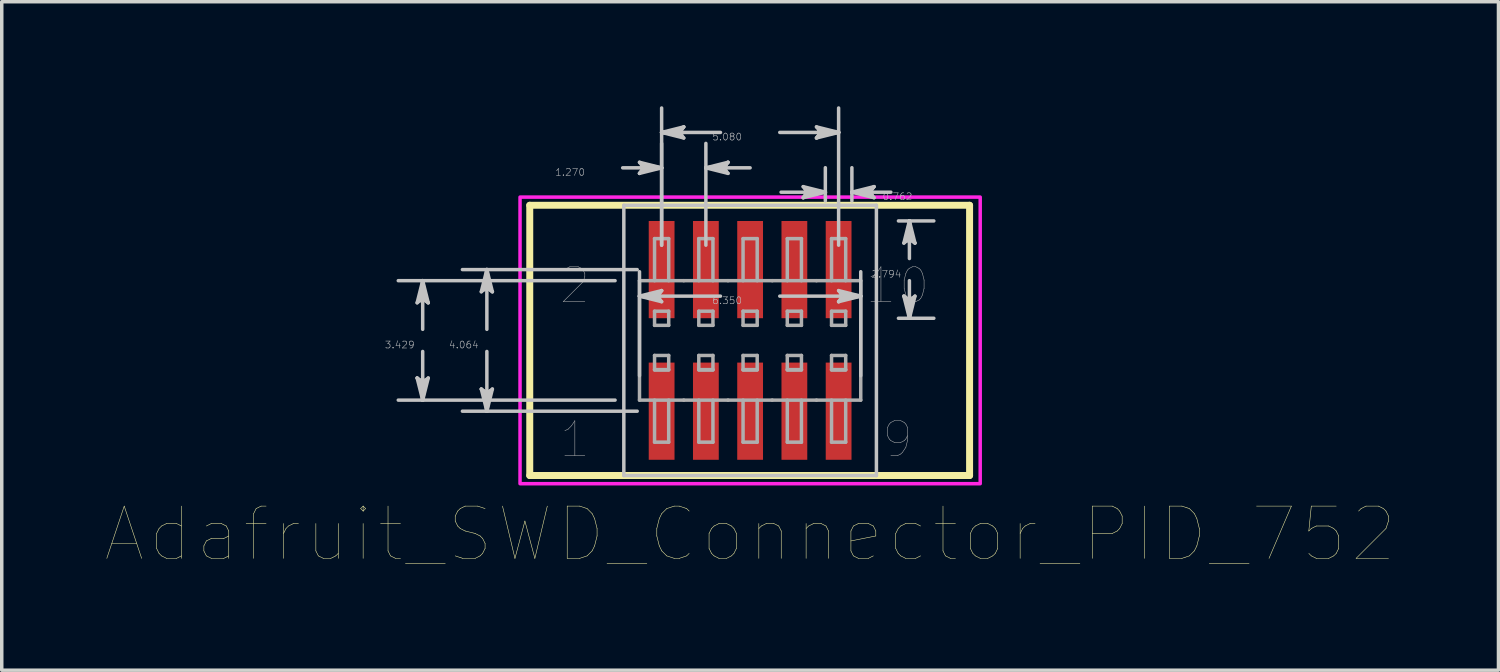
<source format=kicad_pcb>
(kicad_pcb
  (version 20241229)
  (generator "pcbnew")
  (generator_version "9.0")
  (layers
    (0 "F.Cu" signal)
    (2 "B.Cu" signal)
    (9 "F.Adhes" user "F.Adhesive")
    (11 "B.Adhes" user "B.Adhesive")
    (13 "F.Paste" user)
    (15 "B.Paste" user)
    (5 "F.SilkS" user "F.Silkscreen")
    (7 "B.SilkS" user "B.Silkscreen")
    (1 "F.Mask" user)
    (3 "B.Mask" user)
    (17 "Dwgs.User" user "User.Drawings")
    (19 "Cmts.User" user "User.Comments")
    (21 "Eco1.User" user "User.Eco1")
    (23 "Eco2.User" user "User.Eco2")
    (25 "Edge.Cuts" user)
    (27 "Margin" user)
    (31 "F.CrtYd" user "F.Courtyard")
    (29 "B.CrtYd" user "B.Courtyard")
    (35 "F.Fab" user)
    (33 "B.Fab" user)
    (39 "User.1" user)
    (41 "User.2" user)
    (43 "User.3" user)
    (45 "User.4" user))
  (footprint "Adafruit_SWD_Connector_PID_752"
    (layer "F.Cu")
    (at 18.48 6.72)
    (property "Reference" "Adafruit_SWD_Connector_PID_752" (at 0 5.563 0) (layer "F.SilkS") (effects (font (size 1.5 1.5) (thickness 0.015))))
    (attr through_hole)
    (fp_poly (pts (xy -2.961 -3.478) (xy -2.119 -3.478) (xy -2.119 -0.586) (xy -2.961 -0.586)) (stroke (width 0.01) (type solid)) (fill yes) (layer "F.Mask"))
    (fp_poly (pts (xy -2.961 0.586) (xy -2.119 0.586) (xy -2.119 3.478) (xy -2.961 3.478)) (stroke (width 0.01) (type solid)) (fill yes) (layer "F.Mask"))
    (fp_poly (pts (xy -1.691 -3.478) (xy -0.849 -3.478) (xy -0.849 -0.586) (xy -1.691 -0.586)) (stroke (width 0.01) (type solid)) (fill yes) (layer "F.Mask"))
    (fp_poly (pts (xy -1.691 0.586) (xy -0.849 0.586) (xy -0.849 3.478) (xy -1.691 3.478)) (stroke (width 0.01) (type solid)) (fill yes) (layer "F.Mask"))
    (fp_poly (pts (xy -0.421 -3.478) (xy 0.421 -3.478) (xy 0.421 -0.586) (xy -0.421 -0.586)) (stroke (width 0.01) (type solid)) (fill yes) (layer "F.Mask"))
    (fp_poly (pts (xy -0.421 0.586) (xy 0.421 0.586) (xy 0.421 3.478) (xy -0.421 3.478)) (stroke (width 0.01) (type solid)) (fill yes) (layer "F.Mask"))
    (fp_poly (pts (xy 0.849 -3.478) (xy 1.691 -3.478) (xy 1.691 -0.586) (xy 0.849 -0.586)) (stroke (width 0.01) (type solid)) (fill yes) (layer "F.Mask"))
    (fp_poly (pts (xy 0.849 0.586) (xy 1.691 0.586) (xy 1.691 3.478) (xy 0.849 3.478)) (stroke (width 0.01) (type solid)) (fill yes) (layer "F.Mask"))
    (fp_poly (pts (xy 2.119 -3.478) (xy 2.961 -3.478) (xy 2.961 -0.586) (xy 2.119 -0.586)) (stroke (width 0.01) (type solid)) (fill yes) (layer "F.Mask"))
    (fp_poly (pts (xy 2.119 0.586) (xy 2.961 0.586) (xy 2.961 3.478) (xy 2.119 3.478)) (stroke (width 0.01) (type solid)) (fill yes) (layer "F.Mask"))
    (fp_line (start -6.325 -3.878) (end -6.325 3.878) (stroke (width 0.2) (type solid)) (layer "F.SilkS"))
    (fp_line (start -6.325 3.878) (end 6.299 3.878) (stroke (width 0.2) (type solid)) (layer "F.SilkS"))
    (fp_line (start 6.299 -3.878) (end -6.325 -3.878) (stroke (width 0.2) (type solid)) (layer "F.SilkS"))
    (fp_line (start 6.299 3.878) (end 6.299 -3.878) (stroke (width 0.2) (type solid)) (layer "F.SilkS"))
    (fp_poly (pts (xy -2.91 -3.427) (xy -2.17 -3.427) (xy -2.17 -0.637) (xy -2.91 -0.637)) (stroke (width 0.01) (type solid)) (fill yes) (layer "F.Paste"))
    (fp_poly (pts (xy -2.91 0.637) (xy -2.17 0.637) (xy -2.17 3.427) (xy -2.91 3.427)) (stroke (width 0.01) (type solid)) (fill yes) (layer "F.Paste"))
    (fp_poly (pts (xy -1.64 -3.427) (xy -0.9 -3.427) (xy -0.9 -0.637) (xy -1.64 -0.637)) (stroke (width 0.01) (type solid)) (fill yes) (layer "F.Paste"))
    (fp_poly (pts (xy -1.64 0.637) (xy -0.9 0.637) (xy -0.9 3.427) (xy -1.64 3.427)) (stroke (width 0.01) (type solid)) (fill yes) (layer "F.Paste"))
    (fp_poly (pts (xy -0.37 -3.427) (xy 0.37 -3.427) (xy 0.37 -0.637) (xy -0.37 -0.637)) (stroke (width 0.01) (type solid)) (fill yes) (layer "F.Paste"))
    (fp_poly (pts (xy -0.37 0.637) (xy 0.37 0.637) (xy 0.37 3.427) (xy -0.37 3.427)) (stroke (width 0.01) (type solid)) (fill yes) (layer "F.Paste"))
    (fp_poly (pts (xy 0.9 -3.427) (xy 1.64 -3.427) (xy 1.64 -0.637) (xy 0.9 -0.637)) (stroke (width 0.01) (type solid)) (fill yes) (layer "F.Paste"))
    (fp_poly (pts (xy 0.9 0.637) (xy 1.64 0.637) (xy 1.64 3.427) (xy 0.9 3.427)) (stroke (width 0.01) (type solid)) (fill yes) (layer "F.Paste"))
    (fp_poly (pts (xy 2.17 -3.427) (xy 2.91 -3.427) (xy 2.91 -0.637) (xy 2.17 -0.637)) (stroke (width 0.01) (type solid)) (fill yes) (layer "F.Paste"))
    (fp_poly (pts (xy 2.17 0.637) (xy 2.91 0.637) (xy 2.91 3.427) (xy 2.17 3.427)) (stroke (width 0.01) (type solid)) (fill yes) (layer "F.Paste"))
    (fp_line (start -9.557 -1.08) (end -9.398 -1.206) (stroke (width 0.1) (type solid)) (layer "Dwgs.User"))
    (fp_line (start -9.557 1.08) (end -9.398 1.714) (stroke (width 0.1) (type solid)) (layer "Dwgs.User"))
    (fp_line (start -9.477 -1.143) (end -9.398 -1.206) (stroke (width 0.1) (type solid)) (layer "Dwgs.User"))
    (fp_line (start -9.477 1.143) (end -9.557 1.08) (stroke (width 0.1) (type solid)) (layer "Dwgs.User"))
    (fp_line (start -9.398 -1.714) (end -9.557 -1.08) (stroke (width 0.1) (type solid)) (layer "Dwgs.User"))
    (fp_line (start -9.398 -1.714) (end -9.477 -1.143) (stroke (width 0.1) (type solid)) (layer "Dwgs.User"))
    (fp_line (start -9.398 -1.714) (end -9.319 -1.143) (stroke (width 0.1) (type solid)) (layer "Dwgs.User"))
    (fp_line (start -9.398 -1.206) (end -9.398 -1.714) (stroke (width 0.1) (type solid)) (layer "Dwgs.User"))
    (fp_line (start -9.398 -1.206) (end -9.239 -1.08) (stroke (width 0.1) (type solid)) (layer "Dwgs.User"))
    (fp_line (start -9.398 -0.318) (end -9.398 -1.714) (stroke (width 0.1) (type solid)) (layer "Dwgs.User"))
    (fp_line (start -9.398 0.318) (end -9.398 1.714) (stroke (width 0.1) (type solid)) (layer "Dwgs.User"))
    (fp_line (start -9.398 1.206) (end -9.557 1.08) (stroke (width 0.1) (type solid)) (layer "Dwgs.User"))
    (fp_line (start -9.398 1.206) (end -9.398 1.714) (stroke (width 0.1) (type solid)) (layer "Dwgs.User"))
    (fp_line (start -9.398 1.714) (end -9.477 1.143) (stroke (width 0.1) (type solid)) (layer "Dwgs.User"))
    (fp_line (start -9.398 1.714) (end -9.319 1.143) (stroke (width 0.1) (type solid)) (layer "Dwgs.User"))
    (fp_line (start -9.398 1.714) (end -9.239 1.08) (stroke (width 0.1) (type solid)) (layer "Dwgs.User"))
    (fp_line (start -9.319 -1.143) (end -9.239 -1.08) (stroke (width 0.1) (type solid)) (layer "Dwgs.User"))
    (fp_line (start -9.319 1.143) (end -9.398 1.206) (stroke (width 0.1) (type solid)) (layer "Dwgs.User"))
    (fp_line (start -9.239 -1.08) (end -9.398 -1.714) (stroke (width 0.1) (type solid)) (layer "Dwgs.User"))
    (fp_line (start -9.239 1.08) (end -9.398 1.206) (stroke (width 0.1) (type solid)) (layer "Dwgs.User"))
    (fp_line (start -7.715 -1.397) (end -7.556 -1.524) (stroke (width 0.1) (type solid)) (layer "Dwgs.User"))
    (fp_line (start -7.715 1.397) (end -7.556 2.032) (stroke (width 0.1) (type solid)) (layer "Dwgs.User"))
    (fp_line (start -7.636 -1.46) (end -7.556 -1.524) (stroke (width 0.1) (type solid)) (layer "Dwgs.User"))
    (fp_line (start -7.636 1.46) (end -7.715 1.397) (stroke (width 0.1) (type solid)) (layer "Dwgs.User"))
    (fp_line (start -7.556 -2.032) (end -7.715 -1.397) (stroke (width 0.1) (type solid)) (layer "Dwgs.User"))
    (fp_line (start -7.556 -2.032) (end -7.636 -1.46) (stroke (width 0.1) (type solid)) (layer "Dwgs.User"))
    (fp_line (start -7.556 -2.032) (end -7.477 -1.46) (stroke (width 0.1) (type solid)) (layer "Dwgs.User"))
    (fp_line (start -7.556 -1.524) (end -7.556 -2.032) (stroke (width 0.1) (type solid)) (layer "Dwgs.User"))
    (fp_line (start -7.556 -1.524) (end -7.398 -1.397) (stroke (width 0.1) (type solid)) (layer "Dwgs.User"))
    (fp_line (start -7.556 -0.318) (end -7.556 -2.032) (stroke (width 0.1) (type solid)) (layer "Dwgs.User"))
    (fp_line (start -7.556 0.318) (end -7.556 2.032) (stroke (width 0.1) (type solid)) (layer "Dwgs.User"))
    (fp_line (start -7.556 1.524) (end -7.715 1.397) (stroke (width 0.1) (type solid)) (layer "Dwgs.User"))
    (fp_line (start -7.556 1.524) (end -7.556 2.032) (stroke (width 0.1) (type solid)) (layer "Dwgs.User"))
    (fp_line (start -7.556 2.032) (end -7.636 1.46) (stroke (width 0.1) (type solid)) (layer "Dwgs.User"))
    (fp_line (start -7.556 2.032) (end -7.477 1.46) (stroke (width 0.1) (type solid)) (layer "Dwgs.User"))
    (fp_line (start -7.556 2.032) (end -7.398 1.397) (stroke (width 0.1) (type solid)) (layer "Dwgs.User"))
    (fp_line (start -7.477 -1.46) (end -7.398 -1.397) (stroke (width 0.1) (type solid)) (layer "Dwgs.User"))
    (fp_line (start -7.477 1.46) (end -7.556 1.524) (stroke (width 0.1) (type solid)) (layer "Dwgs.User"))
    (fp_line (start -7.398 -1.397) (end -7.556 -2.032) (stroke (width 0.1) (type solid)) (layer "Dwgs.User"))
    (fp_line (start -7.398 1.397) (end -7.556 1.524) (stroke (width 0.1) (type solid)) (layer "Dwgs.User"))
    (fp_line (start -3.876 -1.714) (end -10.099 -1.714) (stroke (width 0.1) (type solid)) (layer "Dwgs.User"))
    (fp_line (start -3.876 1.714) (end -10.099 1.714) (stroke (width 0.1) (type solid)) (layer "Dwgs.User"))
    (fp_line (start -3.658 -4.953) (end -2.54 -4.953) (stroke (width 0.1) (type solid)) (layer "Dwgs.User"))
    (fp_line (start -3.625 -3.878) (end -3.625 3.878) (stroke (width 0.1) (type solid)) (layer "Dwgs.User"))
    (fp_line (start -3.625 3.878) (end 3.625 3.878) (stroke (width 0.1) (type solid)) (layer "Dwgs.User"))
    (fp_line (start -3.241 -2.032) (end -8.258 -2.032) (stroke (width 0.1) (type solid)) (layer "Dwgs.User"))
    (fp_line (start -3.241 2.032) (end -8.258 2.032) (stroke (width 0.1) (type solid)) (layer "Dwgs.User"))
    (fp_line (start -3.175 -5.112) (end -3.048 -4.953) (stroke (width 0.1) (type solid)) (layer "Dwgs.User"))
    (fp_line (start -3.175 -4.794) (end -2.54 -4.953) (stroke (width 0.1) (type solid)) (layer "Dwgs.User"))
    (fp_line (start -3.175 -1.27) (end -2.604 -1.349) (stroke (width 0.1) (type solid)) (layer "Dwgs.User"))
    (fp_line (start -3.175 -1.27) (end -2.604 -1.191) (stroke (width 0.1) (type solid)) (layer "Dwgs.User"))
    (fp_line (start -3.175 -1.27) (end -2.54 -1.111) (stroke (width 0.1) (type solid)) (layer "Dwgs.User"))
    (fp_line (start -3.175 1.013) (end -3.175 -1.971) (stroke (width 0.1) (type solid)) (layer "Dwgs.User"))
    (fp_line (start -3.112 -5.032) (end -3.048 -4.953) (stroke (width 0.1) (type solid)) (layer "Dwgs.User"))
    (fp_line (start -3.112 -4.874) (end -3.175 -4.794) (stroke (width 0.1) (type solid)) (layer "Dwgs.User"))
    (fp_line (start -3.048 -4.953) (end -3.175 -4.794) (stroke (width 0.1) (type solid)) (layer "Dwgs.User"))
    (fp_line (start -3.048 -4.953) (end -2.54 -4.953) (stroke (width 0.1) (type solid)) (layer "Dwgs.User"))
    (fp_line (start -2.667 -1.27) (end -3.175 -1.27) (stroke (width 0.1) (type solid)) (layer "Dwgs.User"))
    (fp_line (start -2.667 -1.27) (end -2.54 -1.429) (stroke (width 0.1) (type solid)) (layer "Dwgs.User"))
    (fp_line (start -2.604 -1.349) (end -2.54 -1.429) (stroke (width 0.1) (type solid)) (layer "Dwgs.User"))
    (fp_line (start -2.604 -1.191) (end -2.667 -1.27) (stroke (width 0.1) (type solid)) (layer "Dwgs.User"))
    (fp_line (start -2.54 -5.969) (end -1.968 -6.048) (stroke (width 0.1) (type solid)) (layer "Dwgs.User"))
    (fp_line (start -2.54 -5.969) (end -1.968 -5.89) (stroke (width 0.1) (type solid)) (layer "Dwgs.User"))
    (fp_line (start -2.54 -5.969) (end -1.905 -5.81) (stroke (width 0.1) (type solid)) (layer "Dwgs.User"))
    (fp_line (start -2.54 -4.953) (end -3.175 -5.112) (stroke (width 0.1) (type solid)) (layer "Dwgs.User"))
    (fp_line (start -2.54 -4.953) (end -3.112 -5.032) (stroke (width 0.1) (type solid)) (layer "Dwgs.User"))
    (fp_line (start -2.54 -4.953) (end -3.112 -4.874) (stroke (width 0.1) (type solid)) (layer "Dwgs.User"))
    (fp_line (start -2.54 -2.733) (end -2.54 -6.67) (stroke (width 0.1) (type solid)) (layer "Dwgs.User"))
    (fp_line (start -2.54 -2.733) (end -2.54 -5.654) (stroke (width 0.1) (type solid)) (layer "Dwgs.User"))
    (fp_line (start -2.54 -1.429) (end -3.175 -1.27) (stroke (width 0.1) (type solid)) (layer "Dwgs.User"))
    (fp_line (start -2.54 -1.111) (end -2.667 -1.27) (stroke (width 0.1) (type solid)) (layer "Dwgs.User"))
    (fp_line (start -2.032 -5.969) (end -2.54 -5.969) (stroke (width 0.1) (type solid)) (layer "Dwgs.User"))
    (fp_line (start -2.032 -5.969) (end -1.905 -6.128) (stroke (width 0.1) (type solid)) (layer "Dwgs.User"))
    (fp_line (start -1.968 -6.048) (end -1.905 -6.128) (stroke (width 0.1) (type solid)) (layer "Dwgs.User"))
    (fp_line (start -1.968 -5.89) (end -2.032 -5.969) (stroke (width 0.1) (type solid)) (layer "Dwgs.User"))
    (fp_line (start -1.905 -6.128) (end -2.54 -5.969) (stroke (width 0.1) (type solid)) (layer "Dwgs.User"))
    (fp_line (start -1.905 -5.81) (end -2.032 -5.969) (stroke (width 0.1) (type solid)) (layer "Dwgs.User"))
    (fp_line (start -1.27 -4.953) (end -0.698 -5.032) (stroke (width 0.1) (type solid)) (layer "Dwgs.User"))
    (fp_line (start -1.27 -4.953) (end -0.698 -4.874) (stroke (width 0.1) (type solid)) (layer "Dwgs.User"))
    (fp_line (start -1.27 -4.953) (end -0.635 -4.794) (stroke (width 0.1) (type solid)) (layer "Dwgs.User"))
    (fp_line (start -1.27 -2.733) (end -1.27 -5.654) (stroke (width 0.1) (type solid)) (layer "Dwgs.User"))
    (fp_line (start -0.851 -5.969) (end -2.54 -5.969) (stroke (width 0.1) (type solid)) (layer "Dwgs.User"))
    (fp_line (start -0.851 -1.27) (end -3.175 -1.27) (stroke (width 0.1) (type solid)) (layer "Dwgs.User"))
    (fp_line (start -0.762 -4.953) (end -1.27 -4.953) (stroke (width 0.1) (type solid)) (layer "Dwgs.User"))
    (fp_line (start -0.762 -4.953) (end -0.635 -5.112) (stroke (width 0.1) (type solid)) (layer "Dwgs.User"))
    (fp_line (start -0.698 -5.032) (end -0.635 -5.112) (stroke (width 0.1) (type solid)) (layer "Dwgs.User"))
    (fp_line (start -0.698 -4.874) (end -0.762 -4.953) (stroke (width 0.1) (type solid)) (layer "Dwgs.User"))
    (fp_line (start -0.635 -5.112) (end -1.27 -4.953) (stroke (width 0.1) (type solid)) (layer "Dwgs.User"))
    (fp_line (start -0.635 -4.794) (end -0.762 -4.953) (stroke (width 0.1) (type solid)) (layer "Dwgs.User"))
    (fp_line (start 0 -4.953) (end -1.27 -4.953) (stroke (width 0.1) (type solid)) (layer "Dwgs.User"))
    (fp_line (start 0.851 -5.969) (end 2.54 -5.969) (stroke (width 0.1) (type solid)) (layer "Dwgs.User"))
    (fp_line (start 0.851 -1.27) (end 3.175 -1.27) (stroke (width 0.1) (type solid)) (layer "Dwgs.User"))
    (fp_line (start 0.889 -4.254) (end 2.159 -4.254) (stroke (width 0.1) (type solid)) (layer "Dwgs.User"))
    (fp_line (start 1.524 -4.413) (end 1.651 -4.254) (stroke (width 0.1) (type solid)) (layer "Dwgs.User"))
    (fp_line (start 1.524 -4.096) (end 2.159 -4.254) (stroke (width 0.1) (type solid)) (layer "Dwgs.User"))
    (fp_line (start 1.588 -4.334) (end 1.651 -4.254) (stroke (width 0.1) (type solid)) (layer "Dwgs.User"))
    (fp_line (start 1.588 -4.175) (end 1.524 -4.096) (stroke (width 0.1) (type solid)) (layer "Dwgs.User"))
    (fp_line (start 1.651 -4.254) (end 1.524 -4.096) (stroke (width 0.1) (type solid)) (layer "Dwgs.User"))
    (fp_line (start 1.651 -4.254) (end 2.159 -4.254) (stroke (width 0.1) (type solid)) (layer "Dwgs.User"))
    (fp_line (start 1.905 -6.128) (end 2.032 -5.969) (stroke (width 0.1) (type solid)) (layer "Dwgs.User"))
    (fp_line (start 1.905 -5.81) (end 2.54 -5.969) (stroke (width 0.1) (type solid)) (layer "Dwgs.User"))
    (fp_line (start 1.968 -6.048) (end 2.032 -5.969) (stroke (width 0.1) (type solid)) (layer "Dwgs.User"))
    (fp_line (start 1.968 -5.89) (end 1.905 -5.81) (stroke (width 0.1) (type solid)) (layer "Dwgs.User"))
    (fp_line (start 2.032 -5.969) (end 1.905 -5.81) (stroke (width 0.1) (type solid)) (layer "Dwgs.User"))
    (fp_line (start 2.032 -5.969) (end 2.54 -5.969) (stroke (width 0.1) (type solid)) (layer "Dwgs.User"))
    (fp_line (start 2.159 -4.254) (end 1.524 -4.413) (stroke (width 0.1) (type solid)) (layer "Dwgs.User"))
    (fp_line (start 2.159 -4.254) (end 1.588 -4.334) (stroke (width 0.1) (type solid)) (layer "Dwgs.User"))
    (fp_line (start 2.159 -4.254) (end 1.588 -4.175) (stroke (width 0.1) (type solid)) (layer "Dwgs.User"))
    (fp_line (start 2.159 -4.003) (end 2.159 -4.956) (stroke (width 0.1) (type solid)) (layer "Dwgs.User"))
    (fp_line (start 2.54 -5.969) (end 1.905 -6.128) (stroke (width 0.1) (type solid)) (layer "Dwgs.User"))
    (fp_line (start 2.54 -5.969) (end 1.968 -6.048) (stroke (width 0.1) (type solid)) (layer "Dwgs.User"))
    (fp_line (start 2.54 -5.969) (end 1.968 -5.89) (stroke (width 0.1) (type solid)) (layer "Dwgs.User"))
    (fp_line (start 2.54 -2.733) (end 2.54 -6.67) (stroke (width 0.1) (type solid)) (layer "Dwgs.User"))
    (fp_line (start 2.54 -1.429) (end 2.667 -1.27) (stroke (width 0.1) (type solid)) (layer "Dwgs.User"))
    (fp_line (start 2.54 -1.111) (end 3.175 -1.27) (stroke (width 0.1) (type solid)) (layer "Dwgs.User"))
    (fp_line (start 2.604 -1.349) (end 2.667 -1.27) (stroke (width 0.1) (type solid)) (layer "Dwgs.User"))
    (fp_line (start 2.604 -1.191) (end 2.54 -1.111) (stroke (width 0.1) (type solid)) (layer "Dwgs.User"))
    (fp_line (start 2.667 -1.27) (end 2.54 -1.111) (stroke (width 0.1) (type solid)) (layer "Dwgs.User"))
    (fp_line (start 2.667 -1.27) (end 3.175 -1.27) (stroke (width 0.1) (type solid)) (layer "Dwgs.User"))
    (fp_line (start 2.921 -4.254) (end 3.492 -4.334) (stroke (width 0.1) (type solid)) (layer "Dwgs.User"))
    (fp_line (start 2.921 -4.254) (end 3.492 -4.175) (stroke (width 0.1) (type solid)) (layer "Dwgs.User"))
    (fp_line (start 2.921 -4.254) (end 3.556 -4.096) (stroke (width 0.1) (type solid)) (layer "Dwgs.User"))
    (fp_line (start 2.921 -4.003) (end 2.921 -4.956) (stroke (width 0.1) (type solid)) (layer "Dwgs.User"))
    (fp_line (start 3.175 -1.27) (end 2.54 -1.429) (stroke (width 0.1) (type solid)) (layer "Dwgs.User"))
    (fp_line (start 3.175 -1.27) (end 2.604 -1.349) (stroke (width 0.1) (type solid)) (layer "Dwgs.User"))
    (fp_line (start 3.175 -1.27) (end 2.604 -1.191) (stroke (width 0.1) (type solid)) (layer "Dwgs.User"))
    (fp_line (start 3.175 1.013) (end 3.175 -1.971) (stroke (width 0.1) (type solid)) (layer "Dwgs.User"))
    (fp_line (start 3.429 -4.254) (end 2.921 -4.254) (stroke (width 0.1) (type solid)) (layer "Dwgs.User"))
    (fp_line (start 3.429 -4.254) (end 3.556 -4.413) (stroke (width 0.1) (type solid)) (layer "Dwgs.User"))
    (fp_line (start 3.492 -4.334) (end 3.556 -4.413) (stroke (width 0.1) (type solid)) (layer "Dwgs.User"))
    (fp_line (start 3.492 -4.175) (end 3.429 -4.254) (stroke (width 0.1) (type solid)) (layer "Dwgs.User"))
    (fp_line (start 3.556 -4.413) (end 2.921 -4.254) (stroke (width 0.1) (type solid)) (layer "Dwgs.User"))
    (fp_line (start 3.556 -4.096) (end 3.429 -4.254) (stroke (width 0.1) (type solid)) (layer "Dwgs.User"))
    (fp_line (start 3.625 -3.878) (end -3.625 -3.878) (stroke (width 0.1) (type solid)) (layer "Dwgs.User"))
    (fp_line (start 3.625 3.878) (end 3.625 -3.878) (stroke (width 0.1) (type solid)) (layer "Dwgs.User"))
    (fp_line (start 4.039 -4.254) (end 2.921 -4.254) (stroke (width 0.1) (type solid)) (layer "Dwgs.User"))
    (fp_line (start 4.257 -3.429) (end 5.273 -3.429) (stroke (width 0.1) (type solid)) (layer "Dwgs.User"))
    (fp_line (start 4.257 -0.635) (end 5.273 -0.635) (stroke (width 0.1) (type solid)) (layer "Dwgs.User"))
    (fp_line (start 4.413 -2.794) (end 4.572 -2.921) (stroke (width 0.1) (type solid)) (layer "Dwgs.User"))
    (fp_line (start 4.413 -1.27) (end 4.572 -0.635) (stroke (width 0.1) (type solid)) (layer "Dwgs.User"))
    (fp_line (start 4.493 -2.858) (end 4.572 -2.921) (stroke (width 0.1) (type solid)) (layer "Dwgs.User"))
    (fp_line (start 4.493 -1.206) (end 4.413 -1.27) (stroke (width 0.1) (type solid)) (layer "Dwgs.User"))
    (fp_line (start 4.572 -3.429) (end 4.413 -2.794) (stroke (width 0.1) (type solid)) (layer "Dwgs.User"))
    (fp_line (start 4.572 -3.429) (end 4.493 -2.858) (stroke (width 0.1) (type solid)) (layer "Dwgs.User"))
    (fp_line (start 4.572 -3.429) (end 4.651 -2.858) (stroke (width 0.1) (type solid)) (layer "Dwgs.User"))
    (fp_line (start 4.572 -2.921) (end 4.572 -3.429) (stroke (width 0.1) (type solid)) (layer "Dwgs.User"))
    (fp_line (start 4.572 -2.921) (end 4.731 -2.794) (stroke (width 0.1) (type solid)) (layer "Dwgs.User"))
    (fp_line (start 4.572 -2.35) (end 4.572 -3.429) (stroke (width 0.1) (type solid)) (layer "Dwgs.User"))
    (fp_line (start 4.572 -1.714) (end 4.572 -0.635) (stroke (width 0.1) (type solid)) (layer "Dwgs.User"))
    (fp_line (start 4.572 -1.143) (end 4.413 -1.27) (stroke (width 0.1) (type solid)) (layer "Dwgs.User"))
    (fp_line (start 4.572 -1.143) (end 4.572 -0.635) (stroke (width 0.1) (type solid)) (layer "Dwgs.User"))
    (fp_line (start 4.572 -0.635) (end 4.493 -1.206) (stroke (width 0.1) (type solid)) (layer "Dwgs.User"))
    (fp_line (start 4.572 -0.635) (end 4.651 -1.206) (stroke (width 0.1) (type solid)) (layer "Dwgs.User"))
    (fp_line (start 4.572 -0.635) (end 4.731 -1.27) (stroke (width 0.1) (type solid)) (layer "Dwgs.User"))
    (fp_line (start 4.651 -2.858) (end 4.731 -2.794) (stroke (width 0.1) (type solid)) (layer "Dwgs.User"))
    (fp_line (start 4.651 -1.206) (end 4.572 -1.143) (stroke (width 0.1) (type solid)) (layer "Dwgs.User"))
    (fp_line (start 4.731 -2.794) (end 4.572 -3.429) (stroke (width 0.1) (type solid)) (layer "Dwgs.User"))
    (fp_line (start 4.731 -1.27) (end 4.572 -1.143) (stroke (width 0.1) (type solid)) (layer "Dwgs.User"))
    (fp_poly (pts (xy -6.604 4.113) (xy -6.604 -4.113) (xy 6.604 -4.113) (xy 6.604 4.113) (xy -3.86 4.113)) (stroke (width 0.1) (type solid)) (fill no) (layer "F.CrtYd"))
    (fp_line (start -3.175 -1.714) (end -3.175 1.714) (stroke (width 0.1) (type solid)) (layer "F.Fab"))
    (fp_line (start -3.175 1.714) (end -1.905 1.714) (stroke (width 0.1) (type solid)) (layer "F.Fab"))
    (fp_line (start -2.743 -1.714) (end -2.743 -2.921) (stroke (width 0.1) (type solid)) (layer "F.Fab"))
    (fp_line (start -2.743 -0.432) (end -2.743 -0.838) (stroke (width 0.1) (type solid)) (layer "F.Fab"))
    (fp_line (start -2.743 0.838) (end -2.743 0.432) (stroke (width 0.1) (type solid)) (layer "F.Fab"))
    (fp_line (start -2.743 0.851) (end -2.337 0.851) (stroke (width 0.1) (type solid)) (layer "F.Fab"))
    (fp_line (start -2.743 2.921) (end -2.743 1.714) (stroke (width 0.1) (type solid)) (layer "F.Fab"))
    (fp_line (start -2.337 -2.921) (end -2.743 -2.921) (stroke (width 0.1) (type solid)) (layer "F.Fab"))
    (fp_line (start -2.337 -2.921) (end -2.337 -1.714) (stroke (width 0.1) (type solid)) (layer "F.Fab"))
    (fp_line (start -2.337 -0.838) (end -2.743 -0.838) (stroke (width 0.1) (type solid)) (layer "F.Fab"))
    (fp_line (start -2.337 -0.432) (end -2.743 -0.432) (stroke (width 0.1) (type solid)) (layer "F.Fab"))
    (fp_line (start -2.337 -0.432) (end -2.337 -0.838) (stroke (width 0.1) (type solid)) (layer "F.Fab"))
    (fp_line (start -2.337 0.432) (end -2.743 0.432) (stroke (width 0.1) (type solid)) (layer "F.Fab"))
    (fp_line (start -2.337 0.838) (end -2.743 0.838) (stroke (width 0.1) (type solid)) (layer "F.Fab"))
    (fp_line (start -2.337 0.838) (end -2.337 0.432) (stroke (width 0.1) (type solid)) (layer "F.Fab"))
    (fp_line (start -2.337 1.714) (end -2.337 2.921) (stroke (width 0.1) (type solid)) (layer "F.Fab"))
    (fp_line (start -2.337 2.921) (end -2.743 2.921) (stroke (width 0.1) (type solid)) (layer "F.Fab"))
    (fp_line (start -1.905 -1.714) (end -3.175 -1.714) (stroke (width 0.1) (type solid)) (layer "F.Fab"))
    (fp_line (start -1.905 1.714) (end -0.635 1.714) (stroke (width 0.1) (type solid)) (layer "F.Fab"))
    (fp_line (start -1.473 -1.714) (end -1.473 -2.921) (stroke (width 0.1) (type solid)) (layer "F.Fab"))
    (fp_line (start -1.473 -0.432) (end -1.473 -0.838) (stroke (width 0.1) (type solid)) (layer "F.Fab"))
    (fp_line (start -1.473 0.838) (end -1.473 0.432) (stroke (width 0.1) (type solid)) (layer "F.Fab"))
    (fp_line (start -1.473 0.851) (end -1.067 0.851) (stroke (width 0.1) (type solid)) (layer "F.Fab"))
    (fp_line (start -1.473 2.921) (end -1.473 1.714) (stroke (width 0.1) (type solid)) (layer "F.Fab"))
    (fp_line (start -1.067 -2.921) (end -1.473 -2.921) (stroke (width 0.1) (type solid)) (layer "F.Fab"))
    (fp_line (start -1.067 -2.921) (end -1.067 -1.714) (stroke (width 0.1) (type solid)) (layer "F.Fab"))
    (fp_line (start -1.067 -0.838) (end -1.473 -0.838) (stroke (width 0.1) (type solid)) (layer "F.Fab"))
    (fp_line (start -1.067 -0.432) (end -1.473 -0.432) (stroke (width 0.1) (type solid)) (layer "F.Fab"))
    (fp_line (start -1.067 -0.432) (end -1.067 -0.838) (stroke (width 0.1) (type solid)) (layer "F.Fab"))
    (fp_line (start -1.067 0.432) (end -1.473 0.432) (stroke (width 0.1) (type solid)) (layer "F.Fab"))
    (fp_line (start -1.067 0.838) (end -1.473 0.838) (stroke (width 0.1) (type solid)) (layer "F.Fab"))
    (fp_line (start -1.067 0.838) (end -1.067 0.432) (stroke (width 0.1) (type solid)) (layer "F.Fab"))
    (fp_line (start -1.067 1.714) (end -1.067 2.921) (stroke (width 0.1) (type solid)) (layer "F.Fab"))
    (fp_line (start -1.067 2.921) (end -1.473 2.921) (stroke (width 0.1) (type solid)) (layer "F.Fab"))
    (fp_line (start -0.635 -1.714) (end -1.905 -1.714) (stroke (width 0.1) (type solid)) (layer "F.Fab"))
    (fp_line (start -0.635 1.714) (end 0.635 1.714) (stroke (width 0.1) (type solid)) (layer "F.Fab"))
    (fp_line (start -0.203 -1.714) (end -0.203 -2.921) (stroke (width 0.1) (type solid)) (layer "F.Fab"))
    (fp_line (start -0.203 -0.432) (end -0.203 -0.838) (stroke (width 0.1) (type solid)) (layer "F.Fab"))
    (fp_line (start -0.203 0.838) (end -0.203 0.432) (stroke (width 0.1) (type solid)) (layer "F.Fab"))
    (fp_line (start -0.203 0.851) (end 0.203 0.851) (stroke (width 0.1) (type solid)) (layer "F.Fab"))
    (fp_line (start -0.203 2.921) (end -0.203 1.714) (stroke (width 0.1) (type solid)) (layer "F.Fab"))
    (fp_line (start 0.203 -2.921) (end -0.203 -2.921) (stroke (width 0.1) (type solid)) (layer "F.Fab"))
    (fp_line (start 0.203 -2.921) (end 0.203 -1.714) (stroke (width 0.1) (type solid)) (layer "F.Fab"))
    (fp_line (start 0.203 -0.838) (end -0.203 -0.838) (stroke (width 0.1) (type solid)) (layer "F.Fab"))
    (fp_line (start 0.203 -0.432) (end -0.203 -0.432) (stroke (width 0.1) (type solid)) (layer "F.Fab"))
    (fp_line (start 0.203 -0.432) (end 0.203 -0.838) (stroke (width 0.1) (type solid)) (layer "F.Fab"))
    (fp_line (start 0.203 0.432) (end -0.203 0.432) (stroke (width 0.1) (type solid)) (layer "F.Fab"))
    (fp_line (start 0.203 0.838) (end -0.203 0.838) (stroke (width 0.1) (type solid)) (layer "F.Fab"))
    (fp_line (start 0.203 0.838) (end 0.203 0.432) (stroke (width 0.1) (type solid)) (layer "F.Fab"))
    (fp_line (start 0.203 1.714) (end 0.203 2.921) (stroke (width 0.1) (type solid)) (layer "F.Fab"))
    (fp_line (start 0.203 2.921) (end -0.203 2.921) (stroke (width 0.1) (type solid)) (layer "F.Fab"))
    (fp_line (start 0.635 -1.714) (end -0.635 -1.714) (stroke (width 0.1) (type solid)) (layer "F.Fab"))
    (fp_line (start 0.635 1.714) (end 1.905 1.714) (stroke (width 0.1) (type solid)) (layer "F.Fab"))
    (fp_line (start 1.067 -1.714) (end 1.067 -2.921) (stroke (width 0.1) (type solid)) (layer "F.Fab"))
    (fp_line (start 1.067 -0.432) (end 1.067 -0.838) (stroke (width 0.1) (type solid)) (layer "F.Fab"))
    (fp_line (start 1.067 0.838) (end 1.067 0.432) (stroke (width 0.1) (type solid)) (layer "F.Fab"))
    (fp_line (start 1.067 0.851) (end 1.473 0.851) (stroke (width 0.1) (type solid)) (layer "F.Fab"))
    (fp_line (start 1.067 2.921) (end 1.067 1.714) (stroke (width 0.1) (type solid)) (layer "F.Fab"))
    (fp_line (start 1.473 -2.921) (end 1.067 -2.921) (stroke (width 0.1) (type solid)) (layer "F.Fab"))
    (fp_line (start 1.473 -2.921) (end 1.473 -1.714) (stroke (width 0.1) (type solid)) (layer "F.Fab"))
    (fp_line (start 1.473 -0.838) (end 1.067 -0.838) (stroke (width 0.1) (type solid)) (layer "F.Fab"))
    (fp_line (start 1.473 -0.432) (end 1.067 -0.432) (stroke (width 0.1) (type solid)) (layer "F.Fab"))
    (fp_line (start 1.473 -0.432) (end 1.473 -0.838) (stroke (width 0.1) (type solid)) (layer "F.Fab"))
    (fp_line (start 1.473 0.432) (end 1.067 0.432) (stroke (width 0.1) (type solid)) (layer "F.Fab"))
    (fp_line (start 1.473 0.838) (end 1.067 0.838) (stroke (width 0.1) (type solid)) (layer "F.Fab"))
    (fp_line (start 1.473 0.838) (end 1.473 0.432) (stroke (width 0.1) (type solid)) (layer "F.Fab"))
    (fp_line (start 1.473 1.714) (end 1.473 2.921) (stroke (width 0.1) (type solid)) (layer "F.Fab"))
    (fp_line (start 1.473 2.921) (end 1.067 2.921) (stroke (width 0.1) (type solid)) (layer "F.Fab"))
    (fp_line (start 1.905 -1.714) (end 0.635 -1.714) (stroke (width 0.1) (type solid)) (layer "F.Fab"))
    (fp_line (start 1.905 1.714) (end 3.175 1.714) (stroke (width 0.1) (type solid)) (layer "F.Fab"))
    (fp_line (start 2.337 -1.714) (end 2.337 -2.921) (stroke (width 0.1) (type solid)) (layer "F.Fab"))
    (fp_line (start 2.337 -0.432) (end 2.337 -0.838) (stroke (width 0.1) (type solid)) (layer "F.Fab"))
    (fp_line (start 2.337 0.838) (end 2.337 0.432) (stroke (width 0.1) (type solid)) (layer "F.Fab"))
    (fp_line (start 2.337 0.851) (end 2.743 0.851) (stroke (width 0.1) (type solid)) (layer "F.Fab"))
    (fp_line (start 2.337 2.921) (end 2.337 1.714) (stroke (width 0.1) (type solid)) (layer "F.Fab"))
    (fp_line (start 2.743 -2.921) (end 2.337 -2.921) (stroke (width 0.1) (type solid)) (layer "F.Fab"))
    (fp_line (start 2.743 -2.921) (end 2.743 -1.714) (stroke (width 0.1) (type solid)) (layer "F.Fab"))
    (fp_line (start 2.743 -0.838) (end 2.337 -0.838) (stroke (width 0.1) (type solid)) (layer "F.Fab"))
    (fp_line (start 2.743 -0.432) (end 2.337 -0.432) (stroke (width 0.1) (type solid)) (layer "F.Fab"))
    (fp_line (start 2.743 -0.432) (end 2.743 -0.838) (stroke (width 0.1) (type solid)) (layer "F.Fab"))
    (fp_line (start 2.743 0.432) (end 2.337 0.432) (stroke (width 0.1) (type solid)) (layer "F.Fab"))
    (fp_line (start 2.743 0.838) (end 2.337 0.838) (stroke (width 0.1) (type solid)) (layer "F.Fab"))
    (fp_line (start 2.743 0.838) (end 2.743 0.432) (stroke (width 0.1) (type solid)) (layer "F.Fab"))
    (fp_line (start 2.743 1.714) (end 2.743 2.921) (stroke (width 0.1) (type solid)) (layer "F.Fab"))
    (fp_line (start 2.743 2.921) (end 2.337 2.921) (stroke (width 0.1) (type solid)) (layer "F.Fab"))
    (fp_line (start 3.175 -1.714) (end 1.905 -1.714) (stroke (width 0.1) (type solid)) (layer "F.Fab"))
    (fp_line (start 3.175 1.714) (end 3.175 -1.714) (stroke (width 0.1) (type solid)) (layer "F.Fab"))
    (fp_text user "1.270" (at -5.169 -4.826 0) (layer "Dwgs.User") (effects (font (size 0.2 0.2) (thickness 0.015))))
    (fp_text user "0.762" (at 4.229 -4.128 0) (layer "Dwgs.User") (effects (font (size 0.2 0.2) (thickness 0.015))))
    (fp_text user "2.794" (at 3.912 -1.905 0) (layer "Dwgs.User") (effects (font (size 0.2 0.2) (thickness 0.015))))
    (fp_text user "6.350" (at -0.66 -1.143 0) (layer "Dwgs.User") (effects (font (size 0.2 0.2) (thickness 0.015))))
    (fp_text user "5.080" (at -0.66 -5.842 0) (layer "Dwgs.User") (effects (font (size 0.2 0.2) (thickness 0.015))))
    (fp_text user "3.429" (at -10.058 0.127 0) (layer "Dwgs.User") (effects (font (size 0.2 0.2) (thickness 0.015))))
    (fp_text user "4.064" (at -8.217 0.127 0) (layer "Dwgs.User") (effects (font (size 0.2 0.2) (thickness 0.015))))
    (fp_text user "2" (at -5.031 -1.575 0) (layer "F.Fab") (effects (font (size 1 1) (thickness 0.015))))
    (fp_text user "10" (at 4.231 -1.575 0) (layer "F.Fab") (effects (font (size 1 1) (thickness 0.015))))
    (fp_text user "1" (at -5.031 2.845 0) (layer "F.Fab") (effects (font (size 1 1) (thickness 0.015))))
    (fp_text user "9" (at 4.231 2.845 0) (layer "F.Fab") (effects (font (size 1 1) (thickness 0.015))))
    (pad "1" smd rect (at -2.54 2.032) (size 0.74 2.79) (layers "F.Cu" "F.Paste"))
    (pad "2" smd rect (at -2.54 -2.032) (size 0.74 2.79) (layers "F.Cu" "F.Paste"))
    (pad "3" smd rect (at -1.27 2.032) (size 0.74 2.79) (layers "F.Cu" "F.Paste"))
    (pad "4" smd rect (at -1.27 -2.032) (size 0.74 2.79) (layers "F.Cu" "F.Paste"))
    (pad "5" smd rect (at 0 2.032) (size 0.74 2.79) (layers "F.Cu" "F.Paste"))
    (pad "6" smd rect (at 0 -2.032) (size 0.74 2.79) (layers "F.Cu" "F.Paste"))
    (pad "7" smd rect (at 1.27 2.032) (size 0.74 2.79) (layers "F.Cu" "F.Paste"))
    (pad "8" smd rect (at 1.27 -2.032) (size 0.74 2.79) (layers "F.Cu" "F.Paste"))
    (pad "9" smd rect (at 2.54 2.032) (size 0.74 2.79) (layers "F.Cu" "F.Paste"))
    (pad "10" smd rect (at 2.54 -2.032) (size 0.74 2.79) (layers "F.Cu" "F.Paste")))
  (gr_rect
    (start -3 -3)
    (end 39.959 16.186)
    (stroke (width 0.1) (type default))
    (fill no)
    (layer "Edge.Cuts")))
</source>
